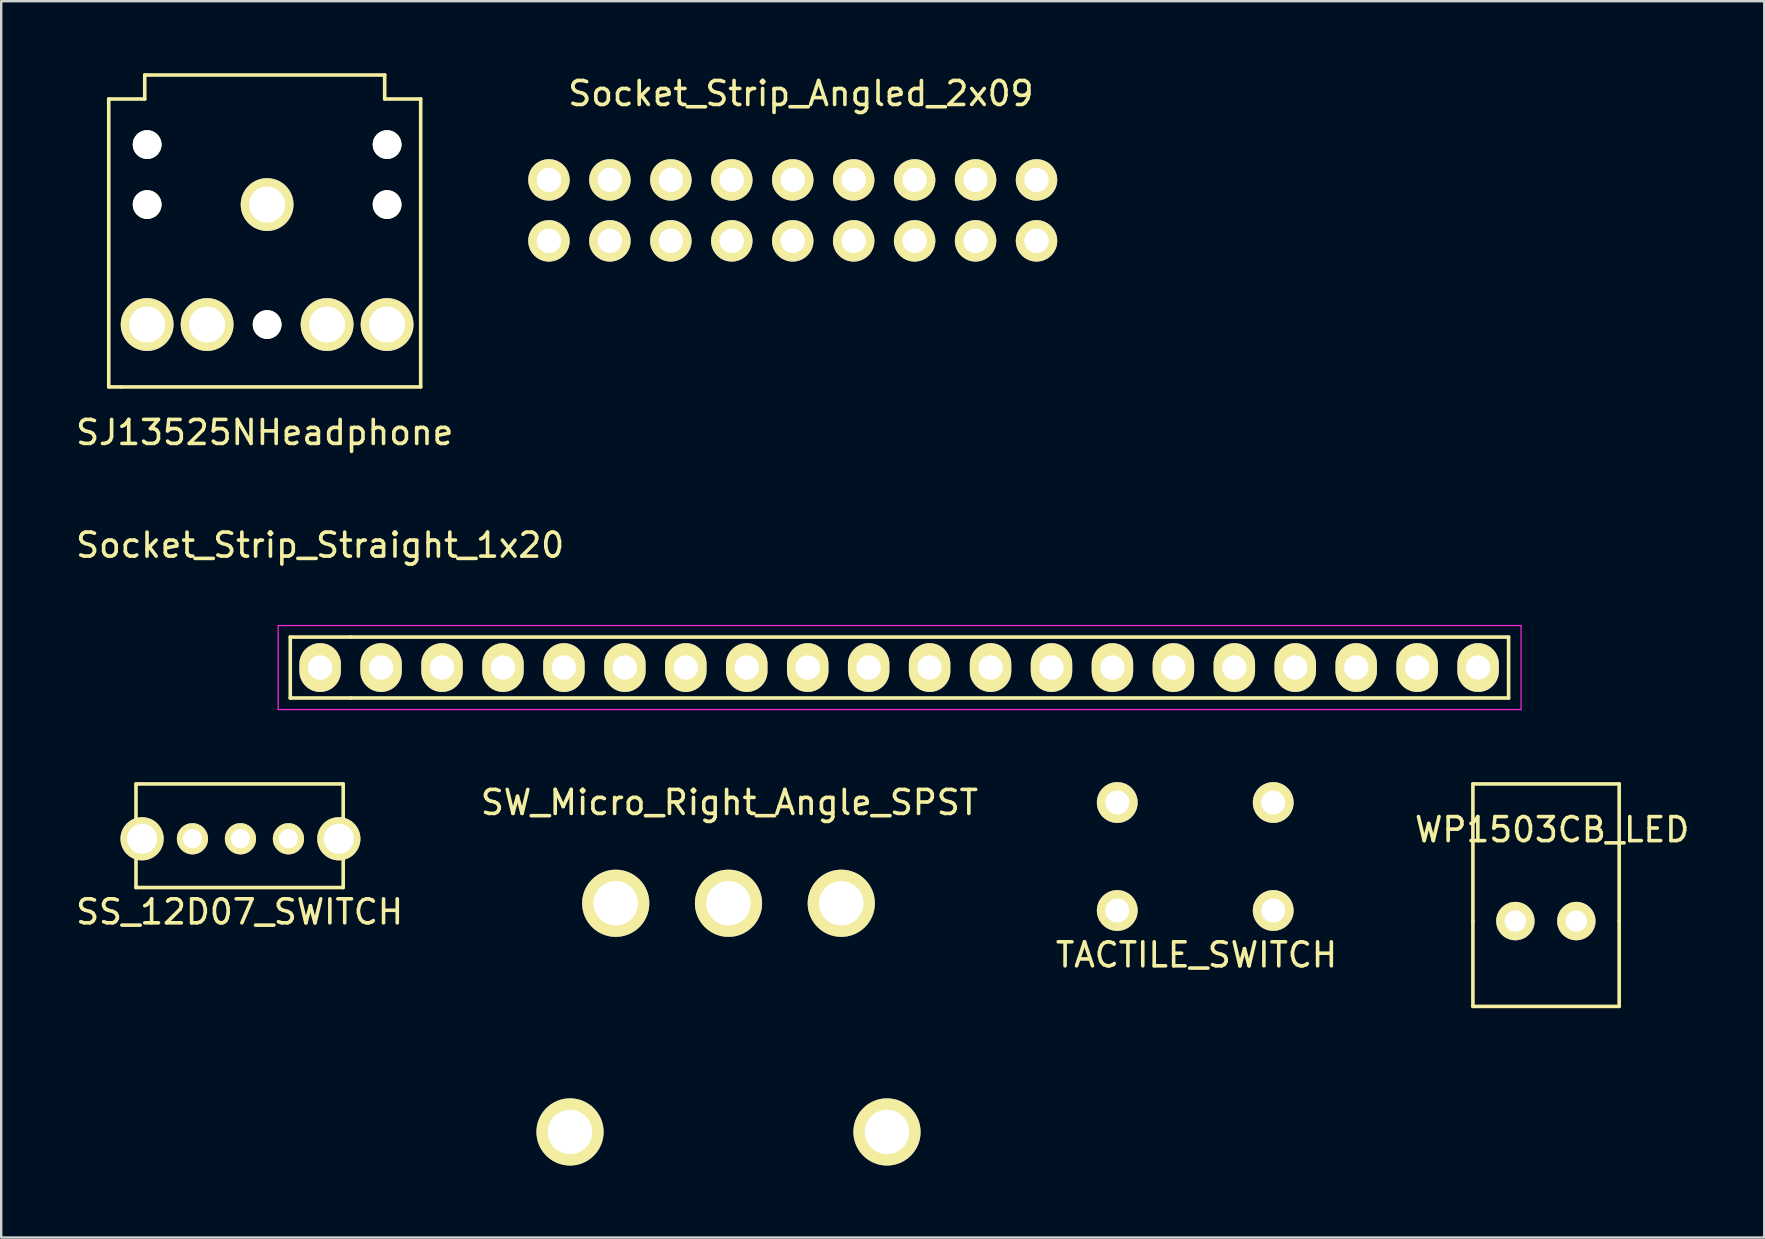
<source format=kicad_pcb>
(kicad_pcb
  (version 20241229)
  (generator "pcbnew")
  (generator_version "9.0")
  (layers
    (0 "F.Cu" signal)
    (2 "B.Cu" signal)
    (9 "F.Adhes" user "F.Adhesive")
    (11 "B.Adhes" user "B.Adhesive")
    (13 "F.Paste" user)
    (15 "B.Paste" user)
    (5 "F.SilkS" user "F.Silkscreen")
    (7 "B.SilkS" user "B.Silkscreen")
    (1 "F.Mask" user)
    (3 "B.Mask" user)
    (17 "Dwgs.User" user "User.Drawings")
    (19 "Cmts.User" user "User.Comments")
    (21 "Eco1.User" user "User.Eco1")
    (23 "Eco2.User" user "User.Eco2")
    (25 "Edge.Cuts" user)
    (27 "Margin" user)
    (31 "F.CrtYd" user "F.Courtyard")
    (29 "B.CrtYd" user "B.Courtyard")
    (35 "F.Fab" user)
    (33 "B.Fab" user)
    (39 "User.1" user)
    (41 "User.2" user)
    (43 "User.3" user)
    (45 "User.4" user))
  (footprint "SJ13525NHeadphone"
    (layer "F.Cu")
    (at 7.982 10.575)
    (property "Reference" "SJ13525NHeadphone" (at 0 4.4 0) (layer "F.SilkS") (effects (font (size 1 1) (thickness 0.15))))
    (attr through_hole)
    (fp_line (start -6.5 -9.5) (end -6.5 2.5) (stroke (width 0.15) (type solid)) (layer "F.SilkS"))
    (fp_line (start -6.5 -9.5) (end -5 -9.5) (stroke (width 0.15) (type solid)) (layer "F.SilkS"))
    (fp_line (start -6.5 2.5) (end -6 2.5) (stroke (width 0.15) (type solid)) (layer "F.SilkS"))
    (fp_line (start -6 2.5) (end 6.5 2.5) (stroke (width 0.15) (type solid)) (layer "F.SilkS"))
    (fp_line (start -5 -10.5) (end 5 -10.5) (stroke (width 0.15) (type solid)) (layer "F.SilkS"))
    (fp_line (start -5 -9.5) (end -5 -10.5) (stroke (width 0.15) (type solid)) (layer "F.SilkS"))
    (fp_line (start 5 -9.5) (end 5 -10.5) (stroke (width 0.15) (type solid)) (layer "F.SilkS"))
    (fp_line (start 5 -9.5) (end 6.5 -9.5) (stroke (width 0.15) (type solid)) (layer "F.SilkS"))
    (fp_line (start 6.5 2.5) (end 6.5 -9.5) (stroke (width 0.15) (type solid)) (layer "F.SilkS"))
    (pad "" np_thru_hole circle (at -4.9 -7.6) (size 1.2 1.2) (drill 1.2) (layers "*.Cu" "*.Mask" "F.SilkS"))
    (pad "" np_thru_hole circle (at -4.9 -5.1) (size 1.2 1.2) (drill 1.2) (layers "*.Cu" "*.Mask" "F.SilkS"))
    (pad "" np_thru_hole circle (at 0.1 -0.1) (size 1.2 1.2) (drill 1.2) (layers "*.Cu" "*.Mask" "F.SilkS"))
    (pad "" np_thru_hole circle (at 5.1 -7.6) (size 1.2 1.2) (drill 1.2) (layers "*.Cu" "*.Mask" "F.SilkS"))
    (pad "" np_thru_hole circle (at 5.1 -5.1) (size 1.2 1.2) (drill 1.2) (layers "*.Cu" "*.Mask" "F.SilkS"))
    (pad "1" thru_hole circle (at 0.1 -5.1) (size 2.2 2.2) (drill 1.5) (layers "*.Cu" "*.Mask" "F.SilkS"))
    (pad "2" thru_hole circle (at -4.9 -0.1) (size 2.2 2.2) (drill 1.5) (layers "*.Cu" "*.Mask" "F.SilkS"))
    (pad "3" thru_hole circle (at 5.1 -0.1) (size 2.2 2.2) (drill 1.5) (layers "*.Cu" "*.Mask" "F.SilkS"))
    (pad "4" thru_hole circle (at -2.4 -0.1) (size 2.2 2.2) (drill 1.5) (layers "*.Cu" "*.Mask" "F.SilkS"))
    (pad "5" thru_hole circle (at 2.6 -0.1) (size 2.2 2.2) (drill 1.5) (layers "*.Cu" "*.Mask" "F.SilkS")))
  (footprint "SW_Micro_Right_Angle_SPST"
    (layer "F.Cu")
    (at 27.351 34.595)
    (property "Reference" "SW_Micro_Right_Angle_SPST" (at 0 -4.2 0) (layer "F.SilkS") (effects (font (size 1 1) (thickness 0.15))))
    (attr through_hole)
    (pad "1" thru_hole circle (at 4.66 0) (size 2.8 2.8) (drill 1.85) (layers "*.Cu" "*.Mask" "F.SilkS"))
    (pad "2" thru_hole circle (at -0.04 0) (size 2.8 2.8) (drill 1.85) (layers "*.Cu" "*.Mask" "F.SilkS"))
    (pad "3" thru_hole circle (at -4.74 0) (size 2.8 2.8) (drill 1.85) (layers "*.Cu" "*.Mask" "F.SilkS"))
    (pad "4" thru_hole circle (at -6.645 9.53) (size 2.8 2.8) (drill 1.85) (layers "*.Cu" "*.Mask" "F.SilkS"))
    (pad "4" thru_hole circle (at 6.565 9.53) (size 2.8 2.8) (drill 1.85) (layers "*.Cu" "*.Mask" "F.SilkS")))
  (footprint "Socket_Strip_Straight_1x20"
    (layer "F.Cu")
    (at 10.292 24.771)
    (property "Reference" "Socket_Strip_Straight_1x20" (at 0 -5.1 0) (layer "F.SilkS") (effects (font (size 1 1) (thickness 0.15))))
    (attr through_hole)
    (fp_line (start -1.245 1.27) (end -1.245 -1.27) (stroke (width 0.15) (type solid)) (layer "F.SilkS"))
    (fp_line (start 1.27 -1.27) (end -1.245 -1.27) (stroke (width 0.15) (type solid)) (layer "F.SilkS"))
    (fp_line (start 1.27 1.27) (end -1.245 1.27) (stroke (width 0.15) (type solid)) (layer "F.SilkS"))
    (fp_line (start 1.27 1.27) (end 49.53 1.27) (stroke (width 0.15) (type solid)) (layer "F.SilkS"))
    (fp_line (start 49.53 -1.27) (end 1.27 -1.27) (stroke (width 0.15) (type solid)) (layer "F.SilkS"))
    (fp_line (start 49.53 1.27) (end 49.53 -1.27) (stroke (width 0.15) (type solid)) (layer "F.SilkS"))
    (fp_line (start -1.75 -1.75) (end -1.75 1.75) (stroke (width 0.05) (type solid)) (layer "F.CrtYd"))
    (fp_line (start -1.75 -1.75) (end 50.05 -1.75) (stroke (width 0.05) (type solid)) (layer "F.CrtYd"))
    (fp_line (start -1.75 1.75) (end 50.05 1.75) (stroke (width 0.05) (type solid)) (layer "F.CrtYd"))
    (fp_line (start 50.05 -1.75) (end 50.05 1.75) (stroke (width 0.05) (type solid)) (layer "F.CrtYd"))
    (pad "1" thru_hole oval (at 0 0) (size 1.727 2.032) (drill 1.016) (layers "*.Cu" "*.Mask" "F.SilkS"))
    (pad "2" thru_hole oval (at 2.54 0) (size 1.727 2.032) (drill 1.016) (layers "*.Cu" "*.Mask" "F.SilkS"))
    (pad "3" thru_hole oval (at 5.08 0) (size 1.727 2.032) (drill 1.016) (layers "*.Cu" "*.Mask" "F.SilkS"))
    (pad "4" thru_hole oval (at 7.62 0) (size 1.727 2.032) (drill 1.016) (layers "*.Cu" "*.Mask" "F.SilkS"))
    (pad "5" thru_hole oval (at 10.16 0) (size 1.727 2.032) (drill 1.016) (layers "*.Cu" "*.Mask" "F.SilkS"))
    (pad "6" thru_hole oval (at 12.7 0) (size 1.727 2.032) (drill 1.016) (layers "*.Cu" "*.Mask" "F.SilkS"))
    (pad "7" thru_hole oval (at 15.24 0) (size 1.727 2.032) (drill 1.016) (layers "*.Cu" "*.Mask" "F.SilkS"))
    (pad "8" thru_hole oval (at 17.78 0) (size 1.727 2.032) (drill 1.016) (layers "*.Cu" "*.Mask" "F.SilkS"))
    (pad "9" thru_hole oval (at 20.32 0) (size 1.727 2.032) (drill 1.016) (layers "*.Cu" "*.Mask" "F.SilkS"))
    (pad "10" thru_hole oval (at 22.86 0) (size 1.727 2.032) (drill 1.016) (layers "*.Cu" "*.Mask" "F.SilkS"))
    (pad "11" thru_hole oval (at 25.4 0) (size 1.727 2.032) (drill 1.016) (layers "*.Cu" "*.Mask" "F.SilkS"))
    (pad "12" thru_hole oval (at 27.94 0) (size 1.727 2.032) (drill 1.016) (layers "*.Cu" "*.Mask" "F.SilkS"))
    (pad "13" thru_hole oval (at 30.48 0) (size 1.727 2.032) (drill 1.016) (layers "*.Cu" "*.Mask" "F.SilkS"))
    (pad "14" thru_hole oval (at 33.02 0) (size 1.727 2.032) (drill 1.016) (layers "*.Cu" "*.Mask" "F.SilkS"))
    (pad "15" thru_hole oval (at 35.56 0) (size 1.727 2.032) (drill 1.016) (layers "*.Cu" "*.Mask" "F.SilkS"))
    (pad "16" thru_hole oval (at 38.1 0) (size 1.727 2.032) (drill 1.016) (layers "*.Cu" "*.Mask" "F.SilkS"))
    (pad "17" thru_hole oval (at 40.64 0) (size 1.727 2.032) (drill 1.016) (layers "*.Cu" "*.Mask" "F.SilkS"))
    (pad "18" thru_hole oval (at 43.18 0) (size 1.727 2.032) (drill 1.016) (layers "*.Cu" "*.Mask" "F.SilkS"))
    (pad "19" thru_hole oval (at 45.72 0) (size 1.727 2.032) (drill 1.016) (layers "*.Cu" "*.Mask" "F.SilkS"))
    (pad "20" thru_hole oval (at 48.26 0) (size 1.727 2.032) (drill 1.016) (layers "*.Cu" "*.Mask" "F.SilkS")))
  (footprint "Socket_Strip_Angled_2x09"
    (layer "F.Cu")
    (at 19.828 4.448)
    (property "Reference" "Socket_Strip_Angled_2x09" (at 10.5 -3.6 0) (layer "F.SilkS") (effects (font (size 1 1) (thickness 0.15))))
    (attr through_hole)
    (pad "1" thru_hole circle (at 0 0) (size 1.727 1.727) (drill 1.016) (layers "*.Cu" "*.Mask" "F.SilkS"))
    (pad "2" thru_hole oval (at 0 2.54) (size 1.727 1.727) (drill 1.016) (layers "*.Cu" "*.Mask" "F.SilkS"))
    (pad "3" thru_hole oval (at 2.54 0) (size 1.727 1.727) (drill 1.016) (layers "*.Cu" "*.Mask" "F.SilkS"))
    (pad "4" thru_hole oval (at 2.54 2.54) (size 1.727 1.727) (drill 1.016) (layers "*.Cu" "*.Mask" "F.SilkS"))
    (pad "5" thru_hole oval (at 5.08 0) (size 1.727 1.727) (drill 1.016) (layers "*.Cu" "*.Mask" "F.SilkS"))
    (pad "6" thru_hole oval (at 5.08 2.54) (size 1.727 1.727) (drill 1.016) (layers "*.Cu" "*.Mask" "F.SilkS"))
    (pad "7" thru_hole oval (at 7.62 0) (size 1.727 1.727) (drill 1.016) (layers "*.Cu" "*.Mask" "F.SilkS"))
    (pad "8" thru_hole oval (at 7.62 2.54) (size 1.727 1.727) (drill 1.016) (layers "*.Cu" "*.Mask" "F.SilkS"))
    (pad "9" thru_hole oval (at 10.16 0) (size 1.727 1.727) (drill 1.016) (layers "*.Cu" "*.Mask" "F.SilkS"))
    (pad "10" thru_hole oval (at 10.16 2.54) (size 1.727 1.727) (drill 1.016) (layers "*.Cu" "*.Mask" "F.SilkS"))
    (pad "11" thru_hole oval (at 12.7 0) (size 1.727 1.727) (drill 1.016) (layers "*.Cu" "*.Mask" "F.SilkS"))
    (pad "12" thru_hole oval (at 12.7 2.54) (size 1.727 1.727) (drill 1.016) (layers "*.Cu" "*.Mask" "F.SilkS"))
    (pad "13" thru_hole oval (at 15.24 0) (size 1.727 1.727) (drill 1.016) (layers "*.Cu" "*.Mask" "F.SilkS"))
    (pad "14" thru_hole oval (at 15.24 2.54) (size 1.727 1.727) (drill 1.016) (layers "*.Cu" "*.Mask" "F.SilkS"))
    (pad "15" thru_hole oval (at 17.78 0) (size 1.727 1.727) (drill 1.016) (layers "*.Cu" "*.Mask" "F.SilkS"))
    (pad "16" thru_hole oval (at 17.78 2.54) (size 1.727 1.727) (drill 1.016) (layers "*.Cu" "*.Mask" "F.SilkS"))
    (pad "17" thru_hole oval (at 20.32 0) (size 1.727 1.727) (drill 1.016) (layers "*.Cu" "*.Mask" "F.SilkS"))
    (pad "18" thru_hole oval (at 20.32 2.54) (size 1.727 1.727) (drill 1.016) (layers "*.Cu" "*.Mask" "F.SilkS")))
  (footprint "TACTILE_SWITCH"
    (layer "F.Cu")
    (at 43.513 30.396)
    (property "Reference" "TACTILE_SWITCH" (at 3.302 6.35 0) (layer "F.SilkS") (effects (font (size 1 1) (thickness 0.15))))
    (attr through_hole)
    (pad "1" thru_hole circle (at 0 0) (size 1.7 1.7) (drill 1) (layers "*.Cu" "*.Mask" "F.SilkS"))
    (pad "2" thru_hole circle (at 6.5 0) (size 1.7 1.7) (drill 1) (layers "*.Cu" "*.Mask" "F.SilkS"))
    (pad "3" thru_hole circle (at 0 4.5) (size 1.7 1.7) (drill 1) (layers "*.Cu" "*.Mask" "F.SilkS"))
    (pad "4" thru_hole circle (at 6.5 4.5) (size 1.7 1.7) (drill 1) (layers "*.Cu" "*.Mask" "F.SilkS")))
  (footprint "SS_12D07_SWITCH"
    (layer "F.Cu")
    (at 2.871 31.907)
    (property "Reference" "SS_12D07_SWITCH" (at 4.064 3.048 0) (layer "F.SilkS") (effects (font (size 1 1) (thickness 0.15))))
    (attr through_hole)
    (fp_line (start -0.254 2.032) (end -0.254 -2.286) (stroke (width 0.15) (type solid)) (layer "F.SilkS"))
    (fp_line (start -0.254 2.032) (end 8.382 2.032) (stroke (width 0.15) (type solid)) (layer "F.SilkS"))
    (fp_line (start 8.382 -2.286) (end -0.254 -2.286) (stroke (width 0.15) (type solid)) (layer "F.SilkS"))
    (fp_line (start 8.382 2.032) (end 8.382 -2.286) (stroke (width 0.15) (type solid)) (layer "F.SilkS"))
    (pad "" thru_hole circle (at 0 0) (size 1.8 1.8) (drill 1.25) (layers "*.Cu" "*.Mask" "F.SilkS"))
    (pad "" thru_hole circle (at 2.1 0) (size 1.3 1.3) (drill 0.8) (layers "*.Cu" "*.Mask" "F.SilkS"))
    (pad "" thru_hole circle (at 8.2 0) (size 1.8 1.8) (drill 1.25) (layers "*.Cu" "*.Mask" "F.SilkS"))
    (pad "1" thru_hole circle (at 4.1 0) (size 1.3 1.3) (drill 0.8) (layers "*.Cu" "*.Mask" "F.SilkS"))
    (pad "2" thru_hole circle (at 6.1 0) (size 1.3 1.3) (drill 0.8) (layers "*.Cu" "*.Mask" "F.SilkS")))
  (footprint "WP1503CB_LED"
    (layer "F.Cu")
    (at 60.113 35.337)
    (property "Reference" "WP1503CB_LED" (at 1.524 -3.81 0) (layer "F.SilkS") (effects (font (size 1 1) (thickness 0.15))))
    (attr through_hole)
    (fp_line (start -1.778 -5.715) (end 4.318 -5.715) (stroke (width 0.15) (type solid)) (layer "F.SilkS"))
    (fp_line (start -1.778 0) (end -1.778 -5.715) (stroke (width 0.15) (type solid)) (layer "F.SilkS"))
    (fp_line (start -1.778 3.556) (end -1.778 0) (stroke (width 0.15) (type solid)) (layer "F.SilkS"))
    (fp_line (start 4.318 -5.715) (end 4.318 0) (stroke (width 0.15) (type solid)) (layer "F.SilkS"))
    (fp_line (start 4.318 3.556) (end -1.778 3.556) (stroke (width 0.15) (type solid)) (layer "F.SilkS"))
    (fp_line (start 4.318 3.556) (end 4.318 0) (stroke (width 0.15) (type solid)) (layer "F.SilkS"))
    (pad "1" thru_hole circle (at -0.008 0) (size 1.6 1.6) (drill 0.89) (layers "*.Cu" "*.Mask" "F.SilkS"))
    (pad "2" thru_hole circle (at 2.532 0) (size 1.6 1.6) (drill 0.89) (layers "*.Cu" "*.Mask" "F.SilkS")))
  (gr_rect
    (start -3 -3)
    (end 70.476 48.525)
    (stroke (width 0.1) (type default))
    (fill no)
    (layer "Edge.Cuts")))
</source>
